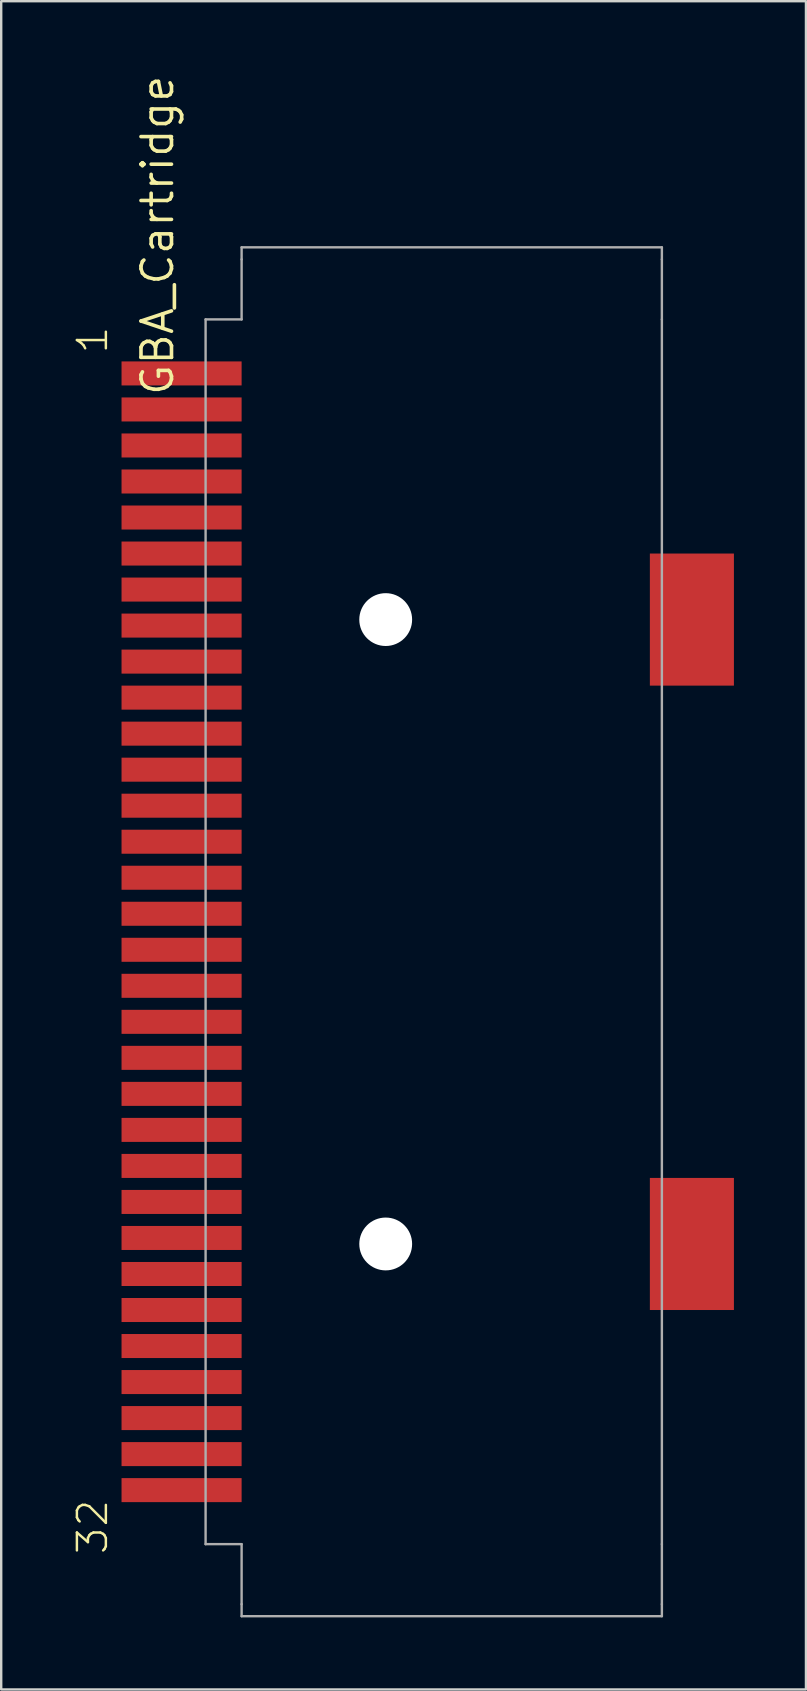
<source format=kicad_pcb>
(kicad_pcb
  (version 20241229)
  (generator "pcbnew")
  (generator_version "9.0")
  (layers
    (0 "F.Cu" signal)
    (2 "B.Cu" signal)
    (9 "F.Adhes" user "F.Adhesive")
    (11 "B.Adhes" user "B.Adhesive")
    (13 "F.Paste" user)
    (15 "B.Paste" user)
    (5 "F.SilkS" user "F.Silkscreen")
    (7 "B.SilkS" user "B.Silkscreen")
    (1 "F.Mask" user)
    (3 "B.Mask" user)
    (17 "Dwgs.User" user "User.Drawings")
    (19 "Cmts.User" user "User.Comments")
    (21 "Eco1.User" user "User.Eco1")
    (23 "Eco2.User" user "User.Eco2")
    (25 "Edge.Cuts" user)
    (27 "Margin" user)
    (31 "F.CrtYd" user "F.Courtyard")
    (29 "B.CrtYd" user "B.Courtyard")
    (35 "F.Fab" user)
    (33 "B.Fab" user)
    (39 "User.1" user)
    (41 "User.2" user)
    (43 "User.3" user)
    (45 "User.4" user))
  (footprint "GBA_Cartridge"
    (layer "F.Cu")
    (at 9.511 35.75)
    (property "Reference" "GBA_Cartridge" (at -6 -29 90) (layer "F.SilkS") (effects (font (size 1.27 1.27) (thickness 0.15))))
    (attr through_hole)
    (fp_line (start -4 -25.5) (end -4 25.5) (stroke (width 0.1) (type solid)) (layer "F.Fab"))
    (fp_line (start -4 25.5) (end -2.5 25.5) (stroke (width 0.1) (type solid)) (layer "F.Fab"))
    (fp_line (start -2.5 -28.5) (end -2.5 -28) (stroke (width 0.1) (type solid)) (layer "F.Fab"))
    (fp_line (start -2.5 -25.5) (end -4 -25.5) (stroke (width 0.1) (type solid)) (layer "F.Fab"))
    (fp_line (start -2.5 -25.5) (end -2.5 -28) (stroke (width 0.1) (type solid)) (layer "F.Fab"))
    (fp_line (start -2.5 25.5) (end -2.5 28) (stroke (width 0.1) (type solid)) (layer "F.Fab"))
    (fp_line (start -2.5 28) (end -2.5 28.5) (stroke (width 0.1) (type solid)) (layer "F.Fab"))
    (fp_line (start 15 -28.5) (end -2.5 -28.5) (stroke (width 0.1) (type solid)) (layer "F.Fab"))
    (fp_line (start 15 -28) (end 15 -28.5) (stroke (width 0.1) (type solid)) (layer "F.Fab"))
    (fp_line (start 15 -28) (end 15 -25.5) (stroke (width 0.1) (type solid)) (layer "F.Fab"))
    (fp_line (start 15 -25.5) (end 15 25.5) (stroke (width 0.1) (type solid)) (layer "F.Fab"))
    (fp_line (start 15 28) (end 15 25.5) (stroke (width 0.1) (type solid)) (layer "F.Fab"))
    (fp_line (start 15 28) (end 15 28.5) (stroke (width 0.1) (type solid)) (layer "F.Fab"))
    (fp_line (start 15 28.5) (end -2.5 28.5) (stroke (width 0.1) (type solid)) (layer "F.Fab"))
    (fp_text user "1" (at -8 -24 270) (layer "F.SilkS") (effects (font (size 1.206 1.206) (thickness 0.102)) (justify left bottom)))
    (fp_text user "32" (at -8 26 270) (layer "F.SilkS") (effects (font (size 1.206 1.206) (thickness 0.102)) (justify left bottom)))
    (pad "" np_thru_hole circle (at 3.5 -13) (size 2.2 2.2) (drill 2.2) (layers "*.Cu" "*.Mask"))
    (pad "" np_thru_hole circle (at 3.5 13) (size 2.2 2.2) (drill 2.2) (layers "*.Cu" "*.Mask"))
    (pad "" smd rect (at 16.25 -13 270) (size 5.5 3.5) (layers "F.Cu" "F.Mask" "F.Paste"))
    (pad "" smd rect (at 16.25 13 270) (size 5.5 3.5) (layers "F.Cu" "F.Mask" "F.Paste"))
    (pad "1" smd rect (at -5 -23.25 180) (size 5 1) (layers "F.Cu" "F.Mask" "F.Paste"))
    (pad "2" smd rect (at -5 -21.75 180) (size 5 1) (layers "F.Cu" "F.Mask" "F.Paste"))
    (pad "3" smd rect (at -5 -20.25 180) (size 5 1) (layers "F.Cu" "F.Mask" "F.Paste"))
    (pad "4" smd rect (at -5 -18.75 180) (size 5 1) (layers "F.Cu" "F.Mask" "F.Paste"))
    (pad "5" smd rect (at -5 -17.25 180) (size 5 1) (layers "F.Cu" "F.Mask" "F.Paste"))
    (pad "6" smd rect (at -5 -15.75 180) (size 5 1) (layers "F.Cu" "F.Mask" "F.Paste"))
    (pad "7" smd rect (at -5 -14.25 180) (size 5 1) (layers "F.Cu" "F.Mask" "F.Paste"))
    (pad "8" smd rect (at -5 -12.75 180) (size 5 1) (layers "F.Cu" "F.Mask" "F.Paste"))
    (pad "9" smd rect (at -5 -11.25 180) (size 5 1) (layers "F.Cu" "F.Mask" "F.Paste"))
    (pad "10" smd rect (at -5 -9.75 180) (size 5 1) (layers "F.Cu" "F.Mask" "F.Paste"))
    (pad "11" smd rect (at -5 -8.25 180) (size 5 1) (layers "F.Cu" "F.Mask" "F.Paste"))
    (pad "12" smd rect (at -5 -6.75 180) (size 5 1) (layers "F.Cu" "F.Mask" "F.Paste"))
    (pad "13" smd rect (at -5 -5.25 180) (size 5 1) (layers "F.Cu" "F.Mask" "F.Paste"))
    (pad "14" smd rect (at -5 -3.75 180) (size 5 1) (layers "F.Cu" "F.Mask" "F.Paste"))
    (pad "15" smd rect (at -5 -2.25 180) (size 5 1) (layers "F.Cu" "F.Mask" "F.Paste"))
    (pad "16" smd rect (at -5 -0.75 180) (size 5 1) (layers "F.Cu" "F.Mask" "F.Paste"))
    (pad "17" smd rect (at -5 0.75 180) (size 5 1) (layers "F.Cu" "F.Mask" "F.Paste"))
    (pad "18" smd rect (at -5 2.25 180) (size 5 1) (layers "F.Cu" "F.Mask" "F.Paste"))
    (pad "19" smd rect (at -5 3.75 180) (size 5 1) (layers "F.Cu" "F.Mask" "F.Paste"))
    (pad "20" smd rect (at -5 5.25 180) (size 5 1) (layers "F.Cu" "F.Mask" "F.Paste"))
    (pad "21" smd rect (at -5 6.75 180) (size 5 1) (layers "F.Cu" "F.Mask" "F.Paste"))
    (pad "22" smd rect (at -5 8.25 180) (size 5 1) (layers "F.Cu" "F.Mask" "F.Paste"))
    (pad "23" smd rect (at -5 9.75 180) (size 5 1) (layers "F.Cu" "F.Mask" "F.Paste"))
    (pad "24" smd rect (at -5 11.25 180) (size 5 1) (layers "F.Cu" "F.Mask" "F.Paste"))
    (pad "25" smd rect (at -5 12.75 180) (size 5 1) (layers "F.Cu" "F.Mask" "F.Paste"))
    (pad "26" smd rect (at -5 14.25 180) (size 5 1) (layers "F.Cu" "F.Mask" "F.Paste"))
    (pad "27" smd rect (at -5 15.75 180) (size 5 1) (layers "F.Cu" "F.Mask" "F.Paste"))
    (pad "28" smd rect (at -5 17.25 180) (size 5 1) (layers "F.Cu" "F.Mask" "F.Paste"))
    (pad "29" smd rect (at -5 18.75 180) (size 5 1) (layers "F.Cu" "F.Mask" "F.Paste"))
    (pad "30" smd rect (at -5 20.25 180) (size 5 1) (layers "F.Cu" "F.Mask" "F.Paste"))
    (pad "31" smd rect (at -5 21.75 180) (size 5 1) (layers "F.Cu" "F.Mask" "F.Paste"))
    (pad "32" smd rect (at -5 23.25 180) (size 5 1) (layers "F.Cu" "F.Mask" "F.Paste")))
  (gr_rect
    (start -3 -3)
    (end 30.511 67.3)
    (stroke (width 0.1) (type default))
    (fill no)
    (layer "Edge.Cuts")))
</source>
